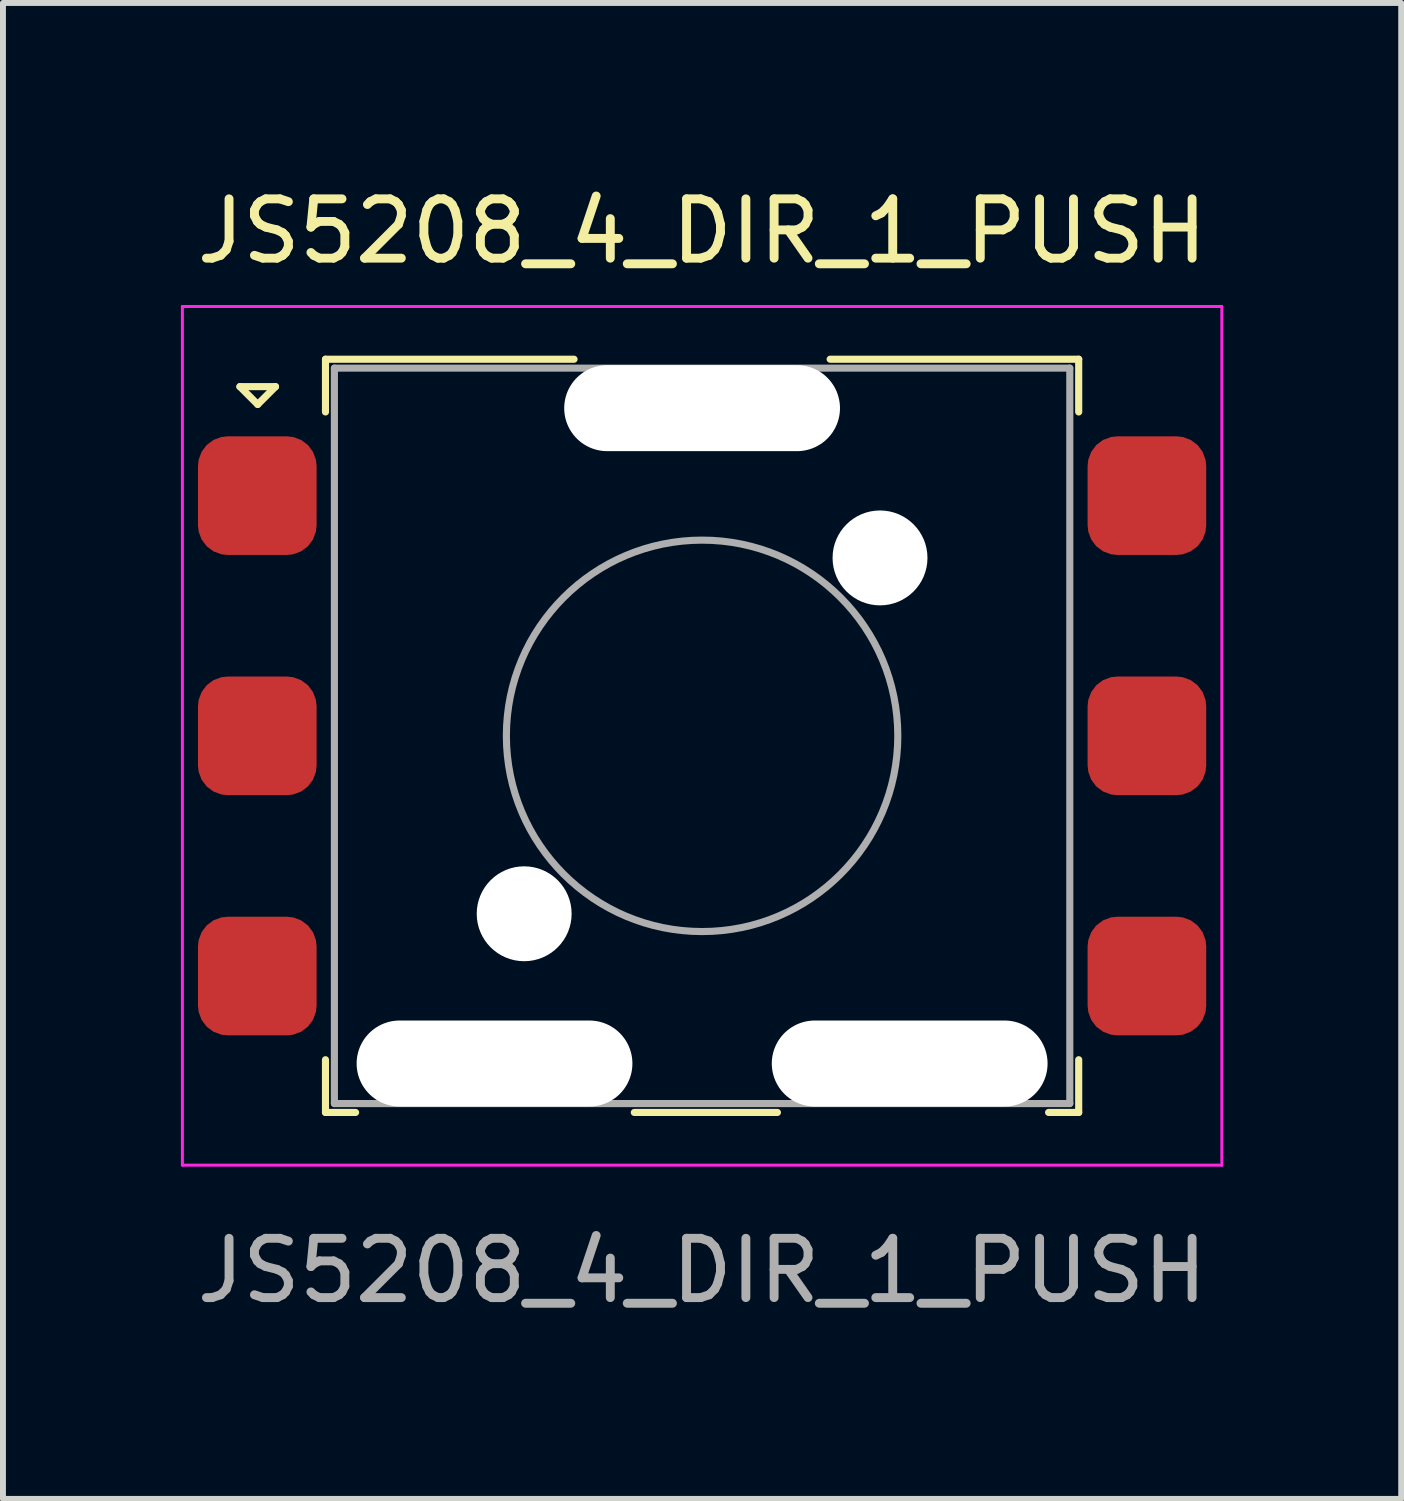
<source format=kicad_pcb>
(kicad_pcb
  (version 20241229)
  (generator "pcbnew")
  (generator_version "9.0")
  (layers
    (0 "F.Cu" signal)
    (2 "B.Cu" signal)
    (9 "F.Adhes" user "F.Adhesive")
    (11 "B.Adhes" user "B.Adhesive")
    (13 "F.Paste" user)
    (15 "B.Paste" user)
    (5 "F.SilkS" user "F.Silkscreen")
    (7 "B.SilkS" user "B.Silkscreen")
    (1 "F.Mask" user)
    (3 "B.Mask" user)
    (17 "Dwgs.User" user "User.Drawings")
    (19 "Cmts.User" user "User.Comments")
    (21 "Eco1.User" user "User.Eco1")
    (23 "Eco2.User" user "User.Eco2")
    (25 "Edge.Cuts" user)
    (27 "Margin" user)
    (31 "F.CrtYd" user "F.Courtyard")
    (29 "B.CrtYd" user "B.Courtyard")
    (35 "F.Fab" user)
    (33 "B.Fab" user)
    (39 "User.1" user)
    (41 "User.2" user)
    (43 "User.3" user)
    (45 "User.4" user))
  (footprint "JS5208_4_DIR_1_PUSH"
    (layer "F.Cu")
    (at 8.788 9.357)
    (property "Reference" "JS5208_4_DIR_1_PUSH" (at 0 -8.509 0) (layer "F.SilkS") (effects (font (size 1 1) (thickness 0.15))))
    (attr smd)
    (fp_line (start -7.793 -5.888) (end -7.193 -5.888) (stroke (width 0.12) (type solid)) (layer "F.SilkS"))
    (fp_line (start -7.493 -5.588) (end -7.793 -5.888) (stroke (width 0.12) (type solid)) (layer "F.SilkS"))
    (fp_line (start -7.193 -5.888) (end -7.493 -5.588) (stroke (width 0.12) (type solid)) (layer "F.SilkS"))
    (fp_line (start -6.35 -6.35) (end -6.35 -5.461) (stroke (width 0.12) (type solid)) (layer "F.SilkS"))
    (fp_line (start -6.35 6.35) (end -6.35 5.461) (stroke (width 0.12) (type solid)) (layer "F.SilkS"))
    (fp_line (start -6.35 6.35) (end -5.842 6.35) (stroke (width 0.12) (type solid)) (layer "F.SilkS"))
    (fp_line (start -2.159 -6.35) (end -6.35 -6.35) (stroke (width 0.12) (type solid)) (layer "F.SilkS"))
    (fp_line (start -1.143 6.35) (end 1.27 6.35) (stroke (width 0.12) (type solid)) (layer "F.SilkS"))
    (fp_line (start 5.842 6.35) (end 6.35 6.35) (stroke (width 0.12) (type solid)) (layer "F.SilkS"))
    (fp_line (start 6.35 -6.35) (end 2.159 -6.35) (stroke (width 0.12) (type solid)) (layer "F.SilkS"))
    (fp_line (start 6.35 -6.35) (end 6.35 -5.461) (stroke (width 0.12) (type solid)) (layer "F.SilkS"))
    (fp_line (start 6.35 6.35) (end 6.35 5.461) (stroke (width 0.12) (type solid)) (layer "F.SilkS"))
    (fp_line (start -8.763 -7.239) (end -8.763 7.239) (stroke (width 0.05) (type solid)) (layer "F.CrtYd"))
    (fp_line (start -8.763 -7.239) (end 8.763 -7.239) (stroke (width 0.05) (type solid)) (layer "F.CrtYd"))
    (fp_line (start 8.763 7.239) (end -8.763 7.239) (stroke (width 0.05) (type solid)) (layer "F.CrtYd"))
    (fp_line (start 8.763 7.239) (end 8.763 -7.239) (stroke (width 0.05) (type solid)) (layer "F.CrtYd"))
    (fp_line (start -6.2 -6.2) (end 6.2 -6.2) (stroke (width 0.12) (type solid)) (layer "F.Fab"))
    (fp_line (start -6.2 6.2) (end -6.2 -6.2) (stroke (width 0.12) (type solid)) (layer "F.Fab"))
    (fp_line (start -6.2 6.2) (end 6.2 6.2) (stroke (width 0.12) (type solid)) (layer "F.Fab"))
    (fp_line (start 6.2 -6.2) (end 6.2 6.2) (stroke (width 0.12) (type solid)) (layer "F.Fab"))
    (fp_circle (center 0 0) (end 3.3 0) (stroke (width 0.12) (type solid)) (fill no) (layer "F.Fab"))
    (fp_text user "${REFERENCE}" (at 0 9.017 0) (layer "F.Fab") (effects (font (size 1 1) (thickness 0.15))))
    (pad "" np_thru_hole oval (at -3.5 5.525) (size 4.65 1.45) (drill oval 4.65 1.45) (layers "*.Cu" "*.Mask"))
    (pad "" np_thru_hole circle (at -3 3) (size 1.6 1.6) (drill 1.6) (layers "*.Cu" "*.Mask"))
    (pad "" np_thru_hole oval (at 0 -5.525) (size 4.65 1.45) (drill oval 4.65 1.45) (layers "*.Cu" "*.Mask"))
    (pad "" np_thru_hole circle (at 3 -3) (size 1.6 1.6) (drill 1.6) (layers "*.Cu" "*.Mask"))
    (pad "" np_thru_hole oval (at 3.5 5.525) (size 4.65 1.45) (drill oval 4.65 1.45) (layers "*.Cu" "*.Mask"))
    (pad "1" smd roundrect (at -7.5 -4.05) (size 2 2) (layers "F.Cu" "F.Mask" "F.Paste") (roundrect_rratio 0.25))
    (pad "2" smd roundrect (at -7.5 0) (size 2 2) (layers "F.Cu" "F.Mask" "F.Paste") (roundrect_rratio 0.25))
    (pad "3" smd roundrect (at -7.5 4.05) (size 2 2) (layers "F.Cu" "F.Mask" "F.Paste") (roundrect_rratio 0.25))
    (pad "4" smd roundrect (at 7.5 -4.05) (size 2 2) (layers "F.Cu" "F.Mask" "F.Paste") (roundrect_rratio 0.25))
    (pad "5" smd roundrect (at 7.5 0) (size 2 2) (layers "F.Cu" "F.Mask" "F.Paste") (roundrect_rratio 0.25))
    (pad "6" smd roundrect (at 7.5 4.05) (size 2 2) (layers "F.Cu" "F.Mask" "F.Paste") (roundrect_rratio 0.25)))
  (gr_rect
    (start -3 -3)
    (end 20.576 22.223)
    (stroke (width 0.1) (type default))
    (fill no)
    (layer "Edge.Cuts")))
</source>
